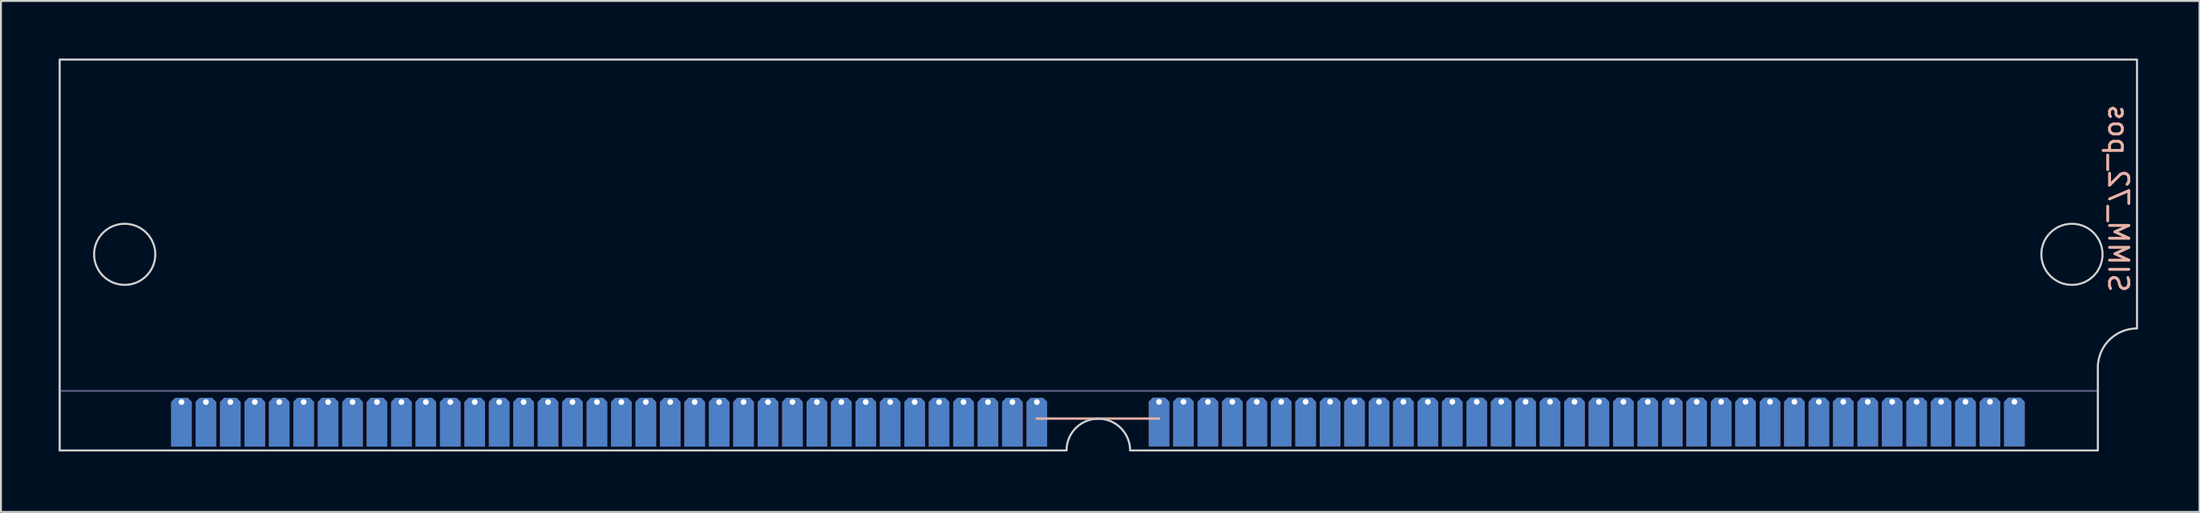
<source format=kicad_pcb>
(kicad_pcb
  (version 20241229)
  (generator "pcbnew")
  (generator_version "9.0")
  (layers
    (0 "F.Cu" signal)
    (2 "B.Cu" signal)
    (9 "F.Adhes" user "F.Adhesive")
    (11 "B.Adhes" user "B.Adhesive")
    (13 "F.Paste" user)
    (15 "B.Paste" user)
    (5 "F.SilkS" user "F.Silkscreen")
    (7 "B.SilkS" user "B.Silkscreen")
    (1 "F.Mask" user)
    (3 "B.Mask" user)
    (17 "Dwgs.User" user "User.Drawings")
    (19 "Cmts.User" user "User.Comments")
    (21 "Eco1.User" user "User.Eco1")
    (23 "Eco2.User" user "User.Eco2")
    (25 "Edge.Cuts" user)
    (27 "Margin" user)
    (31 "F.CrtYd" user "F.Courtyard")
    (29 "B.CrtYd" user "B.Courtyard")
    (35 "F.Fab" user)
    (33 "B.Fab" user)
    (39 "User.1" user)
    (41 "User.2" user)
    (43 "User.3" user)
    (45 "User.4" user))
  (footprint "SIMM_72_pos"
    (layer "F.Cu")
    (at 108 20.35)
    (property "Reference" "SIMM_72_pos" (at -0.97 -13.07 270) (unlocked yes) (layer "B.SilkS") (effects (font (size 1 1) (thickness 0.15)) (justify mirror)))
    (attr smd)
    (fp_line (start -57.18 -1.61) (end -54 -1.61) (stroke (width 0.12) (type solid)) (layer "B.SilkS"))
    (fp_line (start -54 -1.61) (end -50.82 -1.61) (stroke (width 0.12) (type solid)) (layer "B.SilkS"))
    (fp_circle (center -104.57 -10.16) (end -102.98 -10.16) (stroke (width 0.1) (type solid)) (fill no) (layer "Edge.Cuts"))
    (fp_circle (center -3.38 -10.16) (end -1.79 -10.16) (stroke (width 0.1) (type solid)) (fill no) (layer "Edge.Cuts"))
    (fp_poly (pts (xy -2.032 0.05) (arc (start -52.324 0.05) (mid -53.975 -1.601) (end -55.626 0.05)) (xy -107.95 0.05) (xy -107.95 -20.3) (xy 0 -20.3) (arc (start 0 -6.3) (mid -1.437147 -5.704105) (end -2.032 -4.266527))) (stroke (width 0.1) (type solid)) (fill no) (layer "Edge.Cuts"))
    (fp_line (start -107.95 -3.05) (end -107.95 0.05) (stroke (width 0.1) (type solid)) (layer "B.Fab"))
    (fp_line (start -107.95 0.05) (end -107.95 -20.3) (stroke (width 0.1) (type solid)) (layer "B.Fab"))
    (fp_line (start -107.95 0.05) (end -55.626 0.05) (stroke (width 0.1) (type solid)) (layer "B.Fab"))
    (fp_line (start -52.324 0.05) (end -2.032 0.05) (stroke (width 0.1) (type solid)) (layer "B.Fab"))
    (fp_line (start -2.05 -3.05) (end -107.95 -3.05) (stroke (width 0.1) (type solid)) (layer "B.Fab"))
    (fp_line (start -2.032 -4.267) (end -2.032 0.05) (stroke (width 0.1) (type solid)) (layer "B.Fab"))
    (fp_line (start 0 -20.3) (end -107.95 -20.3) (stroke (width 0.1) (type solid)) (layer "B.Fab"))
    (fp_line (start 0 -20.3) (end 0 -6.3) (stroke (width 0.1) (type solid)) (layer "B.Fab"))
    (fp_arc (start -55.626 0.05) (mid -53.975 -1.601) (end -52.324 0.05) (stroke (width 0.1) (type solid)) (layer "B.Fab"))
    (fp_arc (start -2.032 -4.266527) (mid -1.437147 -5.704105) (end 0 -6.3) (stroke (width 0.1) (type solid)) (layer "B.Fab"))
    (fp_circle (center -104.57 -10.16) (end -106.16 -10.16) (stroke (width 0.1) (type solid)) (fill no) (layer "B.Fab"))
    (fp_circle (center -3.38 -10.16) (end -4.97 -10.16) (stroke (width 0.1) (type solid)) (fill no) (layer "B.Fab"))
    (pad "1" thru_hole roundrect (at -6.37 -2.48 270) (size 2.54 1.07) (drill 0.3 (offset 1.05 0)) (layers "*.Cu" "*.Mask") (remove_unused_layers yes) (keep_end_layers yes) (zone_layer_connections) (roundrect_rratio 0) (chamfer_ratio 0.2) (chamfer top_left bottom_left))
    (pad "2" thru_hole roundrect (at -7.64 -2.48 270) (size 2.54 1.07) (drill 0.3 (offset 1.05 0)) (layers "*.Cu" "*.Mask") (remove_unused_layers yes) (keep_end_layers yes) (zone_layer_connections) (roundrect_rratio 0) (chamfer_ratio 0.2) (chamfer top_left bottom_left))
    (pad "3" thru_hole roundrect (at -8.91 -2.48 270) (size 2.54 1.07) (drill 0.3 (offset 1.05 0)) (layers "*.Cu" "*.Mask") (remove_unused_layers yes) (keep_end_layers yes) (zone_layer_connections) (roundrect_rratio 0) (chamfer_ratio 0.2) (chamfer top_left bottom_left))
    (pad "4" thru_hole roundrect (at -10.18 -2.48 270) (size 2.54 1.07) (drill 0.3 (offset 1.05 0)) (layers "*.Cu" "*.Mask") (remove_unused_layers yes) (keep_end_layers yes) (zone_layer_connections) (roundrect_rratio 0) (chamfer_ratio 0.2) (chamfer top_left bottom_left))
    (pad "5" thru_hole roundrect (at -11.45 -2.48 270) (size 2.54 1.07) (drill 0.3 (offset 1.05 0)) (layers "*.Cu" "*.Mask") (remove_unused_layers yes) (keep_end_layers yes) (zone_layer_connections) (roundrect_rratio 0) (chamfer_ratio 0.2) (chamfer top_left bottom_left))
    (pad "6" thru_hole roundrect (at -12.72 -2.48 270) (size 2.54 1.07) (drill 0.3 (offset 1.05 0)) (layers "*.Cu" "*.Mask") (remove_unused_layers yes) (keep_end_layers yes) (zone_layer_connections) (roundrect_rratio 0) (chamfer_ratio 0.2) (chamfer top_left bottom_left))
    (pad "7" thru_hole roundrect (at -13.99 -2.48 270) (size 2.54 1.07) (drill 0.3 (offset 1.05 0)) (layers "*.Cu" "*.Mask") (remove_unused_layers yes) (keep_end_layers yes) (zone_layer_connections) (roundrect_rratio 0) (chamfer_ratio 0.2) (chamfer top_left bottom_left))
    (pad "8" thru_hole roundrect (at -15.26 -2.48 270) (size 2.54 1.07) (drill 0.3 (offset 1.05 0)) (layers "*.Cu" "*.Mask") (remove_unused_layers yes) (keep_end_layers yes) (zone_layer_connections) (roundrect_rratio 0) (chamfer_ratio 0.2) (chamfer top_left bottom_left))
    (pad "9" thru_hole roundrect (at -16.53 -2.48 270) (size 2.54 1.07) (drill 0.3 (offset 1.05 0)) (layers "*.Cu" "*.Mask") (remove_unused_layers yes) (keep_end_layers yes) (zone_layer_connections) (roundrect_rratio 0) (chamfer_ratio 0.2) (chamfer top_left bottom_left))
    (pad "10" thru_hole roundrect (at -17.8 -2.48 270) (size 2.54 1.07) (drill 0.3 (offset 1.05 0)) (layers "*.Cu" "*.Mask") (remove_unused_layers yes) (keep_end_layers yes) (zone_layer_connections) (roundrect_rratio 0) (chamfer_ratio 0.2) (chamfer top_left bottom_left))
    (pad "11" thru_hole roundrect (at -19.07 -2.48 270) (size 2.54 1.07) (drill 0.3 (offset 1.05 0)) (layers "*.Cu" "*.Mask") (remove_unused_layers yes) (keep_end_layers yes) (zone_layer_connections) (roundrect_rratio 0) (chamfer_ratio 0.2) (chamfer top_left bottom_left))
    (pad "12" thru_hole roundrect (at -20.34 -2.48 270) (size 2.54 1.07) (drill 0.3 (offset 1.05 0)) (layers "*.Cu" "*.Mask") (remove_unused_layers yes) (keep_end_layers yes) (zone_layer_connections) (roundrect_rratio 0) (chamfer_ratio 0.2) (chamfer top_left bottom_left))
    (pad "13" thru_hole roundrect (at -21.61 -2.48 270) (size 2.54 1.07) (drill 0.3 (offset 1.05 0)) (layers "*.Cu" "*.Mask") (remove_unused_layers yes) (keep_end_layers yes) (zone_layer_connections) (roundrect_rratio 0) (chamfer_ratio 0.2) (chamfer top_left bottom_left))
    (pad "14" thru_hole roundrect (at -22.88 -2.48 270) (size 2.54 1.07) (drill 0.3 (offset 1.05 0)) (layers "*.Cu" "*.Mask") (remove_unused_layers yes) (keep_end_layers yes) (zone_layer_connections) (roundrect_rratio 0) (chamfer_ratio 0.2) (chamfer top_left bottom_left))
    (pad "15" thru_hole roundrect (at -24.15 -2.48 270) (size 2.54 1.07) (drill 0.3 (offset 1.05 0)) (layers "*.Cu" "*.Mask") (remove_unused_layers yes) (keep_end_layers yes) (zone_layer_connections) (roundrect_rratio 0) (chamfer_ratio 0.2) (chamfer top_left bottom_left))
    (pad "16" thru_hole roundrect (at -25.42 -2.48 270) (size 2.54 1.07) (drill 0.3 (offset 1.05 0)) (layers "*.Cu" "*.Mask") (remove_unused_layers yes) (keep_end_layers yes) (zone_layer_connections) (roundrect_rratio 0) (chamfer_ratio 0.2) (chamfer top_left bottom_left))
    (pad "17" thru_hole roundrect (at -26.69 -2.48 270) (size 2.54 1.07) (drill 0.3 (offset 1.05 0)) (layers "*.Cu" "*.Mask") (remove_unused_layers yes) (keep_end_layers yes) (zone_layer_connections) (roundrect_rratio 0) (chamfer_ratio 0.2) (chamfer top_left bottom_left))
    (pad "18" thru_hole roundrect (at -27.96 -2.48 270) (size 2.54 1.07) (drill 0.3 (offset 1.05 0)) (layers "*.Cu" "*.Mask") (remove_unused_layers yes) (keep_end_layers yes) (zone_layer_connections) (roundrect_rratio 0) (chamfer_ratio 0.2) (chamfer top_left bottom_left))
    (pad "19" thru_hole roundrect (at -29.23 -2.48 270) (size 2.54 1.07) (drill 0.3 (offset 1.05 0)) (layers "*.Cu" "*.Mask") (remove_unused_layers yes) (keep_end_layers yes) (zone_layer_connections) (roundrect_rratio 0) (chamfer_ratio 0.2) (chamfer top_left bottom_left))
    (pad "20" thru_hole roundrect (at -30.5 -2.48 270) (size 2.54 1.07) (drill 0.3 (offset 1.05 0)) (layers "*.Cu" "*.Mask") (remove_unused_layers yes) (keep_end_layers yes) (zone_layer_connections) (roundrect_rratio 0) (chamfer_ratio 0.2) (chamfer top_left bottom_left))
    (pad "21" thru_hole roundrect (at -31.77 -2.48 270) (size 2.54 1.07) (drill 0.3 (offset 1.05 0)) (layers "*.Cu" "*.Mask") (remove_unused_layers yes) (keep_end_layers yes) (zone_layer_connections) (roundrect_rratio 0) (chamfer_ratio 0.2) (chamfer top_left bottom_left))
    (pad "22" thru_hole roundrect (at -33.04 -2.48 270) (size 2.54 1.07) (drill 0.3 (offset 1.05 0)) (layers "*.Cu" "*.Mask") (remove_unused_layers yes) (keep_end_layers yes) (zone_layer_connections) (roundrect_rratio 0) (chamfer_ratio 0.2) (chamfer top_left bottom_left))
    (pad "23" thru_hole roundrect (at -34.31 -2.48 270) (size 2.54 1.07) (drill 0.3 (offset 1.05 0)) (layers "*.Cu" "*.Mask") (remove_unused_layers yes) (keep_end_layers yes) (zone_layer_connections) (roundrect_rratio 0) (chamfer_ratio 0.2) (chamfer top_left bottom_left))
    (pad "24" thru_hole roundrect (at -35.58 -2.48 270) (size 2.54 1.07) (drill 0.3 (offset 1.05 0)) (layers "*.Cu" "*.Mask") (remove_unused_layers yes) (keep_end_layers yes) (zone_layer_connections) (roundrect_rratio 0) (chamfer_ratio 0.2) (chamfer top_left bottom_left))
    (pad "25" thru_hole roundrect (at -36.85 -2.48 270) (size 2.54 1.07) (drill 0.3 (offset 1.05 0)) (layers "*.Cu" "*.Mask") (remove_unused_layers yes) (keep_end_layers yes) (zone_layer_connections) (roundrect_rratio 0) (chamfer_ratio 0.2) (chamfer top_left bottom_left))
    (pad "26" thru_hole roundrect (at -38.12 -2.48 270) (size 2.54 1.07) (drill 0.3 (offset 1.05 0)) (layers "*.Cu" "*.Mask") (remove_unused_layers yes) (keep_end_layers yes) (zone_layer_connections) (roundrect_rratio 0) (chamfer_ratio 0.2) (chamfer top_left bottom_left))
    (pad "27" thru_hole roundrect (at -39.39 -2.48 270) (size 2.54 1.07) (drill 0.3 (offset 1.05 0)) (layers "*.Cu" "*.Mask") (remove_unused_layers yes) (keep_end_layers yes) (zone_layer_connections) (roundrect_rratio 0) (chamfer_ratio 0.2) (chamfer top_left bottom_left))
    (pad "28" thru_hole roundrect (at -40.66 -2.48 270) (size 2.54 1.07) (drill 0.3 (offset 1.05 0)) (layers "*.Cu" "*.Mask") (remove_unused_layers yes) (keep_end_layers yes) (zone_layer_connections) (roundrect_rratio 0) (chamfer_ratio 0.2) (chamfer top_left bottom_left))
    (pad "29" thru_hole roundrect (at -41.93 -2.48 270) (size 2.54 1.07) (drill 0.3 (offset 1.05 0)) (layers "*.Cu" "*.Mask") (remove_unused_layers yes) (keep_end_layers yes) (zone_layer_connections) (roundrect_rratio 0) (chamfer_ratio 0.2) (chamfer top_left bottom_left))
    (pad "30" thru_hole roundrect (at -43.2 -2.48 270) (size 2.54 1.07) (drill 0.3 (offset 1.05 0)) (layers "*.Cu" "*.Mask") (remove_unused_layers yes) (keep_end_layers yes) (zone_layer_connections) (roundrect_rratio 0) (chamfer_ratio 0.2) (chamfer top_left bottom_left))
    (pad "31" thru_hole roundrect (at -44.47 -2.48 270) (size 2.54 1.07) (drill 0.3 (offset 1.05 0)) (layers "*.Cu" "*.Mask") (remove_unused_layers yes) (keep_end_layers yes) (zone_layer_connections) (roundrect_rratio 0) (chamfer_ratio 0.2) (chamfer top_left bottom_left))
    (pad "32" thru_hole roundrect (at -45.74 -2.48 270) (size 2.54 1.07) (drill 0.3 (offset 1.05 0)) (layers "*.Cu" "*.Mask") (remove_unused_layers yes) (keep_end_layers yes) (zone_layer_connections) (roundrect_rratio 0) (chamfer_ratio 0.2) (chamfer top_left bottom_left))
    (pad "33" thru_hole roundrect (at -47.01 -2.48 270) (size 2.54 1.07) (drill 0.3 (offset 1.05 0)) (layers "*.Cu" "*.Mask") (remove_unused_layers yes) (keep_end_layers yes) (zone_layer_connections) (roundrect_rratio 0) (chamfer_ratio 0.2) (chamfer top_left bottom_left))
    (pad "34" thru_hole roundrect (at -48.28 -2.48 270) (size 2.54 1.07) (drill 0.3 (offset 1.05 0)) (layers "*.Cu" "*.Mask") (remove_unused_layers yes) (keep_end_layers yes) (zone_layer_connections) (roundrect_rratio 0) (chamfer_ratio 0.2) (chamfer top_left bottom_left))
    (pad "35" thru_hole roundrect (at -49.55 -2.48 270) (size 2.54 1.07) (drill 0.3 (offset 1.05 0)) (layers "*.Cu" "*.Mask") (remove_unused_layers yes) (keep_end_layers yes) (zone_layer_connections) (roundrect_rratio 0) (chamfer_ratio 0.2) (chamfer top_left bottom_left))
    (pad "36" thru_hole roundrect (at -50.82 -2.48 270) (size 2.54 1.07) (drill 0.3 (offset 1.05 0)) (layers "*.Cu" "*.Mask") (remove_unused_layers yes) (keep_end_layers yes) (zone_layer_connections) (roundrect_rratio 0) (chamfer_ratio 0.2) (chamfer top_left bottom_left))
    (pad "37" thru_hole roundrect (at -57.17 -2.47 270) (size 2.54 1.07) (drill 0.3 (offset 1.05 0)) (layers "*.Cu" "*.Mask") (remove_unused_layers yes) (keep_end_layers yes) (zone_layer_connections) (roundrect_rratio 0) (chamfer_ratio 0.2) (chamfer top_left bottom_left))
    (pad "38" thru_hole roundrect (at -58.44 -2.47 270) (size 2.54 1.07) (drill 0.3 (offset 1.05 0)) (layers "*.Cu" "*.Mask") (remove_unused_layers yes) (keep_end_layers yes) (zone_layer_connections) (roundrect_rratio 0) (chamfer_ratio 0.2) (chamfer top_left bottom_left))
    (pad "39" thru_hole roundrect (at -59.71 -2.47 270) (size 2.54 1.07) (drill 0.3 (offset 1.05 0)) (layers "*.Cu" "*.Mask") (remove_unused_layers yes) (keep_end_layers yes) (zone_layer_connections) (roundrect_rratio 0) (chamfer_ratio 0.2) (chamfer top_left bottom_left))
    (pad "40" thru_hole roundrect (at -60.98 -2.47 270) (size 2.54 1.07) (drill 0.3 (offset 1.05 0)) (layers "*.Cu" "*.Mask") (remove_unused_layers yes) (keep_end_layers yes) (zone_layer_connections) (roundrect_rratio 0) (chamfer_ratio 0.2) (chamfer top_left bottom_left))
    (pad "41" thru_hole roundrect (at -62.25 -2.47 270) (size 2.54 1.07) (drill 0.3 (offset 1.05 0)) (layers "*.Cu" "*.Mask") (remove_unused_layers yes) (keep_end_layers yes) (zone_layer_connections) (roundrect_rratio 0) (chamfer_ratio 0.2) (chamfer top_left bottom_left))
    (pad "42" thru_hole roundrect (at -63.52 -2.47 270) (size 2.54 1.07) (drill 0.3 (offset 1.05 0)) (layers "*.Cu" "*.Mask") (remove_unused_layers yes) (keep_end_layers yes) (zone_layer_connections) (roundrect_rratio 0) (chamfer_ratio 0.2) (chamfer top_left bottom_left))
    (pad "43" thru_hole roundrect (at -64.79 -2.47 270) (size 2.54 1.07) (drill 0.3 (offset 1.05 0)) (layers "*.Cu" "*.Mask") (remove_unused_layers yes) (keep_end_layers yes) (zone_layer_connections) (roundrect_rratio 0) (chamfer_ratio 0.2) (chamfer top_left bottom_left))
    (pad "44" thru_hole roundrect (at -66.06 -2.47 270) (size 2.54 1.07) (drill 0.3 (offset 1.05 0)) (layers "*.Cu" "*.Mask") (remove_unused_layers yes) (keep_end_layers yes) (zone_layer_connections) (roundrect_rratio 0) (chamfer_ratio 0.2) (chamfer top_left bottom_left))
    (pad "45" thru_hole roundrect (at -67.33 -2.47 270) (size 2.54 1.07) (drill 0.3 (offset 1.05 0)) (layers "*.Cu" "*.Mask") (remove_unused_layers yes) (keep_end_layers yes) (zone_layer_connections) (roundrect_rratio 0) (chamfer_ratio 0.2) (chamfer top_left bottom_left))
    (pad "46" thru_hole roundrect (at -68.6 -2.47 270) (size 2.54 1.07) (drill 0.3 (offset 1.05 0)) (layers "*.Cu" "*.Mask") (remove_unused_layers yes) (keep_end_layers yes) (zone_layer_connections) (roundrect_rratio 0) (chamfer_ratio 0.2) (chamfer top_left bottom_left))
    (pad "47" thru_hole roundrect (at -69.87 -2.47 270) (size 2.54 1.07) (drill 0.3 (offset 1.05 0)) (layers "*.Cu" "*.Mask") (remove_unused_layers yes) (keep_end_layers yes) (zone_layer_connections) (roundrect_rratio 0) (chamfer_ratio 0.2) (chamfer top_left bottom_left))
    (pad "48" thru_hole roundrect (at -71.14 -2.47 270) (size 2.54 1.07) (drill 0.3 (offset 1.05 0)) (layers "*.Cu" "*.Mask") (remove_unused_layers yes) (keep_end_layers yes) (zone_layer_connections) (roundrect_rratio 0) (chamfer_ratio 0.2) (chamfer top_left bottom_left))
    (pad "49" thru_hole roundrect (at -72.41 -2.47 270) (size 2.54 1.07) (drill 0.3 (offset 1.05 0)) (layers "*.Cu" "*.Mask") (remove_unused_layers yes) (keep_end_layers yes) (zone_layer_connections) (roundrect_rratio 0) (chamfer_ratio 0.2) (chamfer top_left bottom_left))
    (pad "50" thru_hole roundrect (at -73.68 -2.47 270) (size 2.54 1.07) (drill 0.3 (offset 1.05 0)) (layers "*.Cu" "*.Mask") (remove_unused_layers yes) (keep_end_layers yes) (zone_layer_connections) (roundrect_rratio 0) (chamfer_ratio 0.2) (chamfer top_left bottom_left))
    (pad "51" thru_hole roundrect (at -74.95 -2.47 270) (size 2.54 1.07) (drill 0.3 (offset 1.05 0)) (layers "*.Cu" "*.Mask") (remove_unused_layers yes) (keep_end_layers yes) (zone_layer_connections) (roundrect_rratio 0) (chamfer_ratio 0.2) (chamfer top_left bottom_left))
    (pad "52" thru_hole roundrect (at -76.22 -2.47 270) (size 2.54 1.07) (drill 0.3 (offset 1.05 0)) (layers "*.Cu" "*.Mask") (remove_unused_layers yes) (keep_end_layers yes) (zone_layer_connections) (roundrect_rratio 0) (chamfer_ratio 0.2) (chamfer top_left bottom_left))
    (pad "53" thru_hole roundrect (at -77.49 -2.47 270) (size 2.54 1.07) (drill 0.3 (offset 1.05 0)) (layers "*.Cu" "*.Mask") (remove_unused_layers yes) (keep_end_layers yes) (zone_layer_connections) (roundrect_rratio 0) (chamfer_ratio 0.2) (chamfer top_left bottom_left))
    (pad "54" thru_hole roundrect (at -78.76 -2.47 270) (size 2.54 1.07) (drill 0.3 (offset 1.05 0)) (layers "*.Cu" "*.Mask") (remove_unused_layers yes) (keep_end_layers yes) (zone_layer_connections) (roundrect_rratio 0) (chamfer_ratio 0.2) (chamfer top_left bottom_left))
    (pad "55" thru_hole roundrect (at -80.03 -2.47 270) (size 2.54 1.07) (drill 0.3 (offset 1.05 0)) (layers "*.Cu" "*.Mask") (remove_unused_layers yes) (keep_end_layers yes) (zone_layer_connections) (roundrect_rratio 0) (chamfer_ratio 0.2) (chamfer top_left bottom_left))
    (pad "56" thru_hole roundrect (at -81.3 -2.47 270) (size 2.54 1.07) (drill 0.3 (offset 1.05 0)) (layers "*.Cu" "*.Mask") (remove_unused_layers yes) (keep_end_layers yes) (zone_layer_connections) (roundrect_rratio 0) (chamfer_ratio 0.2) (chamfer top_left bottom_left))
    (pad "57" thru_hole roundrect (at -82.57 -2.47 270) (size 2.54 1.07) (drill 0.3 (offset 1.05 0)) (layers "*.Cu" "*.Mask") (remove_unused_layers yes) (keep_end_layers yes) (zone_layer_connections) (roundrect_rratio 0) (chamfer_ratio 0.2) (chamfer top_left bottom_left))
    (pad "58" thru_hole roundrect (at -83.84 -2.47 270) (size 2.54 1.07) (drill 0.3 (offset 1.05 0)) (layers "*.Cu" "*.Mask") (remove_unused_layers yes) (keep_end_layers yes) (zone_layer_connections) (roundrect_rratio 0) (chamfer_ratio 0.2) (chamfer top_left bottom_left))
    (pad "59" thru_hole roundrect (at -85.11 -2.47 270) (size 2.54 1.07) (drill 0.3 (offset 1.05 0)) (layers "*.Cu" "*.Mask") (remove_unused_layers yes) (keep_end_layers yes) (zone_layer_connections) (roundrect_rratio 0) (chamfer_ratio 0.2) (chamfer top_left bottom_left))
    (pad "60" thru_hole roundrect (at -86.38 -2.47 270) (size 2.54 1.07) (drill 0.3 (offset 1.05 0)) (layers "*.Cu" "*.Mask") (remove_unused_layers yes) (keep_end_layers yes) (zone_layer_connections) (roundrect_rratio 0) (chamfer_ratio 0.2) (chamfer top_left bottom_left))
    (pad "61" thru_hole roundrect (at -87.65 -2.47 270) (size 2.54 1.07) (drill 0.3 (offset 1.05 0)) (layers "*.Cu" "*.Mask") (remove_unused_layers yes) (keep_end_layers yes) (zone_layer_connections) (roundrect_rratio 0) (chamfer_ratio 0.2) (chamfer top_left bottom_left))
    (pad "62" thru_hole roundrect (at -88.92 -2.47 270) (size 2.54 1.07) (drill 0.3 (offset 1.05 0)) (layers "*.Cu" "*.Mask") (remove_unused_layers yes) (keep_end_layers yes) (zone_layer_connections) (roundrect_rratio 0) (chamfer_ratio 0.2) (chamfer top_left bottom_left))
    (pad "63" thru_hole roundrect (at -90.19 -2.47 270) (size 2.54 1.07) (drill 0.3 (offset 1.05 0)) (layers "*.Cu" "*.Mask") (remove_unused_layers yes) (keep_end_layers yes) (zone_layer_connections) (roundrect_rratio 0) (chamfer_ratio 0.2) (chamfer top_left bottom_left))
    (pad "64" thru_hole roundrect (at -91.46 -2.47 270) (size 2.54 1.07) (drill 0.3 (offset 1.05 0)) (layers "*.Cu" "*.Mask") (remove_unused_layers yes) (keep_end_layers yes) (zone_layer_connections) (roundrect_rratio 0) (chamfer_ratio 0.2) (chamfer top_left bottom_left))
    (pad "65" thru_hole roundrect (at -92.73 -2.47 270) (size 2.54 1.07) (drill 0.3 (offset 1.05 0)) (layers "*.Cu" "*.Mask") (remove_unused_layers yes) (keep_end_layers yes) (zone_layer_connections) (roundrect_rratio 0) (chamfer_ratio 0.2) (chamfer top_left bottom_left))
    (pad "66" thru_hole roundrect (at -94 -2.47 270) (size 2.54 1.07) (drill 0.3 (offset 1.05 0)) (layers "*.Cu" "*.Mask") (remove_unused_layers yes) (keep_end_layers yes) (zone_layer_connections) (roundrect_rratio 0) (chamfer_ratio 0.2) (chamfer top_left bottom_left))
    (pad "67" thru_hole roundrect (at -95.27 -2.47 270) (size 2.54 1.07) (drill 0.3 (offset 1.05 0)) (layers "*.Cu" "*.Mask") (remove_unused_layers yes) (keep_end_layers yes) (zone_layer_connections) (roundrect_rratio 0) (chamfer_ratio 0.2) (chamfer top_left bottom_left))
    (pad "68" thru_hole roundrect (at -96.54 -2.47 270) (size 2.54 1.07) (drill 0.3 (offset 1.05 0)) (layers "*.Cu" "*.Mask") (remove_unused_layers yes) (keep_end_layers yes) (zone_layer_connections) (roundrect_rratio 0) (chamfer_ratio 0.2) (chamfer top_left bottom_left))
    (pad "69" thru_hole roundrect (at -97.81 -2.47 270) (size 2.54 1.07) (drill 0.3 (offset 1.05 0)) (layers "*.Cu" "*.Mask") (remove_unused_layers yes) (keep_end_layers yes) (zone_layer_connections) (roundrect_rratio 0) (chamfer_ratio 0.2) (chamfer top_left bottom_left))
    (pad "70" thru_hole roundrect (at -99.08 -2.47 270) (size 2.54 1.07) (drill 0.3 (offset 1.05 0)) (layers "*.Cu" "*.Mask") (remove_unused_layers yes) (keep_end_layers yes) (zone_layer_connections) (roundrect_rratio 0) (chamfer_ratio 0.2) (chamfer top_left bottom_left))
    (pad "71" thru_hole roundrect (at -100.35 -2.47 270) (size 2.54 1.07) (drill 0.3 (offset 1.05 0)) (layers "*.Cu" "*.Mask") (remove_unused_layers yes) (keep_end_layers yes) (zone_layer_connections) (roundrect_rratio 0) (chamfer_ratio 0.2) (chamfer top_left bottom_left))
    (pad "72" thru_hole roundrect (at -101.62 -2.47 270) (size 2.54 1.07) (drill 0.3 (offset 1.05 0)) (layers "*.Cu" "*.Mask") (remove_unused_layers yes) (keep_end_layers yes) (zone_layer_connections) (roundrect_rratio 0) (chamfer_ratio 0.2) (chamfer top_left bottom_left)))
  (gr_rect
    (start -3 -3)
    (end 111.25 23.6)
    (stroke (width 0.1) (type default))
    (fill no)
    (layer "Edge.Cuts")))
</source>
